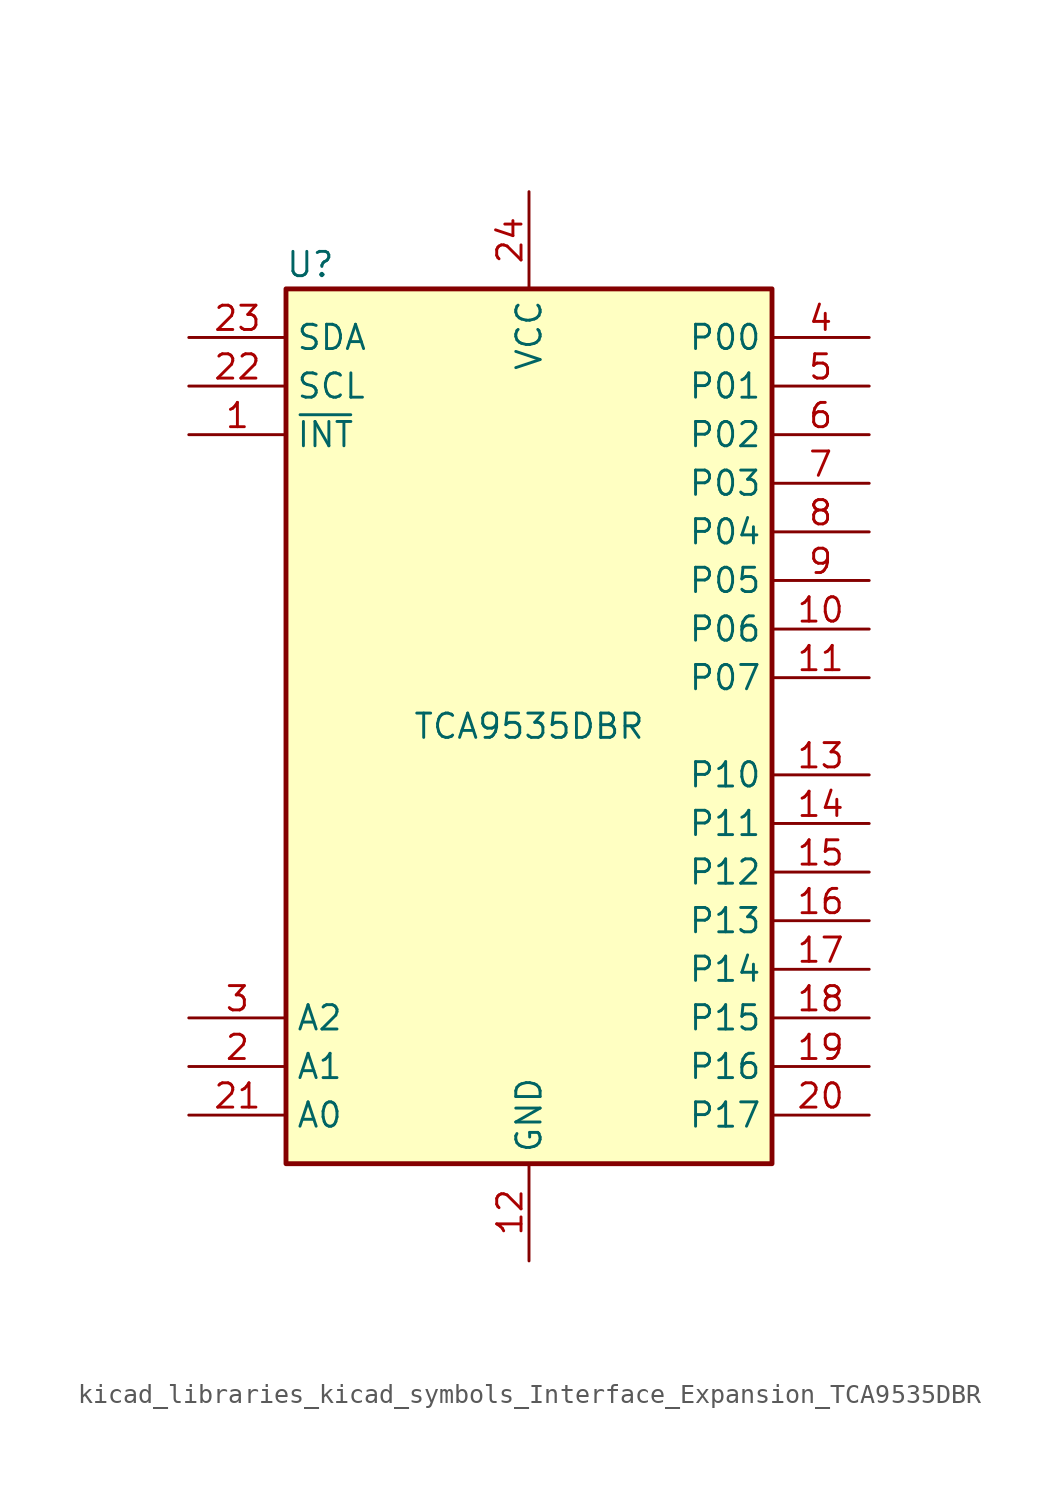
<source format=kicad_sym>
(kicad_symbol_lib
  (version 20220914)
  (generator kicad_symbol_editor)
  (symbol "kicad_libraries_kicad_symbols_Interface_Expansion_TCA9535DBR"
    (property "Reference" "U"
      (at -11.43 24.13 0)
      (effects (font (size 1.27 1.27))))
    (property "Value" "TCA9535DBR"
      (at 0 0 0)
      (effects (font (size 1.27 1.27))))
    (symbol "kicad_libraries_kicad_symbols_Interface_Expansion_TCA9535DBR_0_1"
      (rectangle (start -12.7 22.86) (end 12.7 -22.86) (stroke (width 0.254) (type default)) (fill (type background))))
    (symbol "kicad_libraries_kicad_symbols_Interface_Expansion_TCA9535DBR_1_1"
      (pin open_collector line (at -17.78 15.24 0) (length 5.08) (name "~{INT}" (effects (font (size 1.27 1.27)))) (number "1" (effects (font (size 1.27 1.27)))))
      (pin bidirectional line (at 17.78 5.08 180) (length 5.08) (name "P06" (effects (font (size 1.27 1.27)))) (number "10" (effects (font (size 1.27 1.27)))))
      (pin bidirectional line (at 17.78 2.54 180) (length 5.08) (name "P07" (effects (font (size 1.27 1.27)))) (number "11" (effects (font (size 1.27 1.27)))))
      (pin power_in line (at 0 -27.94 90) (length 5.08) (name "GND" (effects (font (size 1.27 1.27)))) (number "12" (effects (font (size 1.27 1.27)))))
      (pin bidirectional line (at 17.78 -2.54 180) (length 5.08) (name "P10" (effects (font (size 1.27 1.27)))) (number "13" (effects (font (size 1.27 1.27)))))
      (pin bidirectional line (at 17.78 -5.08 180) (length 5.08) (name "P11" (effects (font (size 1.27 1.27)))) (number "14" (effects (font (size 1.27 1.27)))))
      (pin bidirectional line (at 17.78 -7.62 180) (length 5.08) (name "P12" (effects (font (size 1.27 1.27)))) (number "15" (effects (font (size 1.27 1.27)))))
      (pin bidirectional line (at 17.78 -10.16 180) (length 5.08) (name "P13" (effects (font (size 1.27 1.27)))) (number "16" (effects (font (size 1.27 1.27)))))
      (pin bidirectional line (at 17.78 -12.7 180) (length 5.08) (name "P14" (effects (font (size 1.27 1.27)))) (number "17" (effects (font (size 1.27 1.27)))))
      (pin bidirectional line (at 17.78 -15.24 180) (length 5.08) (name "P15" (effects (font (size 1.27 1.27)))) (number "18" (effects (font (size 1.27 1.27)))))
      (pin bidirectional line (at 17.78 -17.78 180) (length 5.08) (name "P16" (effects (font (size 1.27 1.27)))) (number "19" (effects (font (size 1.27 1.27)))))
      (pin input line (at -17.78 -17.78 0) (length 5.08) (name "A1" (effects (font (size 1.27 1.27)))) (number "2" (effects (font (size 1.27 1.27)))))
      (pin bidirectional line (at 17.78 -20.32 180) (length 5.08) (name "P17" (effects (font (size 1.27 1.27)))) (number "20" (effects (font (size 1.27 1.27)))))
      (pin input line (at -17.78 -20.32 0) (length 5.08) (name "A0" (effects (font (size 1.27 1.27)))) (number "21" (effects (font (size 1.27 1.27)))))
      (pin input line (at -17.78 17.78 0) (length 5.08) (name "SCL" (effects (font (size 1.27 1.27)))) (number "22" (effects (font (size 1.27 1.27)))))
      (pin bidirectional line (at -17.78 20.32 0) (length 5.08) (name "SDA" (effects (font (size 1.27 1.27)))) (number "23" (effects (font (size 1.27 1.27)))))
      (pin power_in line (at 0 27.94 270) (length 5.08) (name "VCC" (effects (font (size 1.27 1.27)))) (number "24" (effects (font (size 1.27 1.27)))))
      (pin input line (at -17.78 -15.24 0) (length 5.08) (name "A2" (effects (font (size 1.27 1.27)))) (number "3" (effects (font (size 1.27 1.27)))))
      (pin bidirectional line (at 17.78 20.32 180) (length 5.08) (name "P00" (effects (font (size 1.27 1.27)))) (number "4" (effects (font (size 1.27 1.27)))))
      (pin bidirectional line (at 17.78 17.78 180) (length 5.08) (name "P01" (effects (font (size 1.27 1.27)))) (number "5" (effects (font (size 1.27 1.27)))))
      (pin bidirectional line (at 17.78 15.24 180) (length 5.08) (name "P02" (effects (font (size 1.27 1.27)))) (number "6" (effects (font (size 1.27 1.27)))))
      (pin bidirectional line (at 17.78 12.7 180) (length 5.08) (name "P03" (effects (font (size 1.27 1.27)))) (number "7" (effects (font (size 1.27 1.27)))))
      (pin bidirectional line (at 17.78 10.16 180) (length 5.08) (name "P04" (effects (font (size 1.27 1.27)))) (number "8" (effects (font (size 1.27 1.27)))))
      (pin bidirectional line (at 17.78 7.62 180) (length 5.08) (name "P05" (effects (font (size 1.27 1.27)))) (number "9" (effects (font (size 1.27 1.27))))))))
</source>
